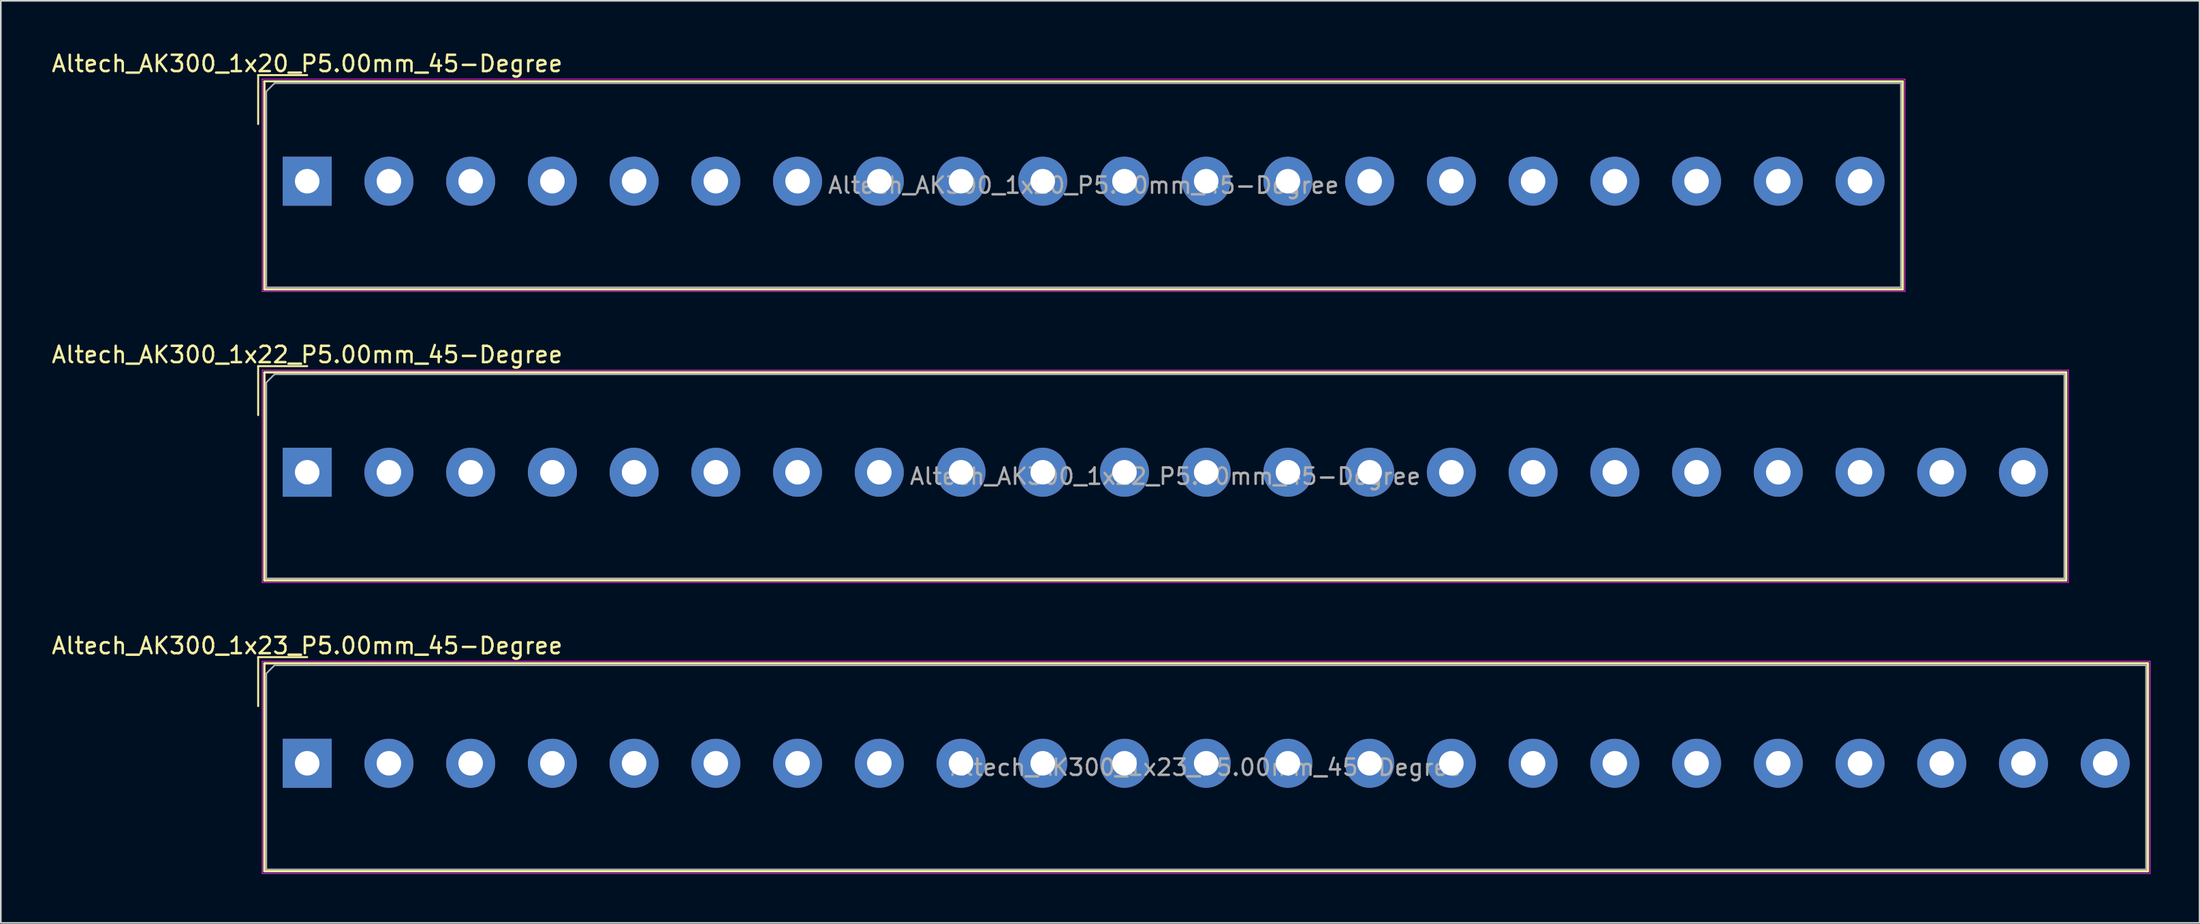
<source format=kicad_pcb>
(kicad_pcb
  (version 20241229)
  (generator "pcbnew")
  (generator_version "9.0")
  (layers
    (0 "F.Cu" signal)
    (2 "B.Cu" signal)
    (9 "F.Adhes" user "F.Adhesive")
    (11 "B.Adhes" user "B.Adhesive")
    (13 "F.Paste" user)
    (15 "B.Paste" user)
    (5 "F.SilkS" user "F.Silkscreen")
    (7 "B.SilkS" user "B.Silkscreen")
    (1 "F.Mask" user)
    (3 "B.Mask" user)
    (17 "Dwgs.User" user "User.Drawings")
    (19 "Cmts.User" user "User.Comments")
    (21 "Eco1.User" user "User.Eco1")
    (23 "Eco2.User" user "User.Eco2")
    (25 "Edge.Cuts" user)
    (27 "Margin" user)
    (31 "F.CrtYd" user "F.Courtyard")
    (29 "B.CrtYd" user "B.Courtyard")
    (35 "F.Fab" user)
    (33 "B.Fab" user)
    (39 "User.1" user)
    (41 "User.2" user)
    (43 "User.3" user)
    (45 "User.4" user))
  (footprint "Altech_AK300_1x22_P5.00mm_45-Degree"
    (layer "F.Cu")
    (at 15.744 25.872)
    (property "Reference" "Altech_AK300_1x22_P5.00mm_45-Degree" (at 0 -7.2 0) (layer "F.SilkS") (effects (font (size 1 1) (thickness 0.15))))
    (attr through_hole)
    (fp_line (start -3 -6.5) (end 0 -6.5) (stroke (width 0.12) (type solid)) (layer "F.SilkS"))
    (fp_line (start -3 -3.5) (end -3 -6.5) (stroke (width 0.12) (type solid)) (layer "F.SilkS"))
    (fp_line (start -2.62 -6.12) (end -2.62 6.62) (stroke (width 0.12) (type solid)) (layer "F.SilkS"))
    (fp_line (start -2.62 -6.12) (end -2.62 6.62) (stroke (width 0.12) (type solid)) (layer "F.SilkS"))
    (fp_line (start -2.62 -6.12) (end 107.62 -6.12) (stroke (width 0.12) (type solid)) (layer "F.SilkS"))
    (fp_line (start -2.62 -6.12) (end 107.62 -6.12) (stroke (width 0.12) (type solid)) (layer "F.SilkS"))
    (fp_line (start -2.62 6.62) (end 107.62 6.62) (stroke (width 0.12) (type solid)) (layer "F.SilkS"))
    (fp_line (start -2.62 6.62) (end 107.62 6.62) (stroke (width 0.12) (type solid)) (layer "F.SilkS"))
    (fp_line (start 107.62 -6.12) (end 107.62 6.62) (stroke (width 0.12) (type solid)) (layer "F.SilkS"))
    (fp_line (start 107.62 -6.12) (end 107.62 6.62) (stroke (width 0.12) (type solid)) (layer "F.SilkS"))
    (fp_line (start -2.75 -6.25) (end -2.75 6.75) (stroke (width 0.05) (type solid)) (layer "F.CrtYd"))
    (fp_line (start -2.75 -6.25) (end 107.75 -6.25) (stroke (width 0.05) (type solid)) (layer "F.CrtYd"))
    (fp_line (start -2.75 6.75) (end 107.75 6.75) (stroke (width 0.05) (type solid)) (layer "F.CrtYd"))
    (fp_line (start 107.75 -6.25) (end 107.75 6.75) (stroke (width 0.05) (type solid)) (layer "F.CrtYd"))
    (fp_line (start -2.5 -5.5) (end -2 -6) (stroke (width 0.1) (type solid)) (layer "F.Fab"))
    (fp_line (start -2.5 6.5) (end -2.5 -5.5) (stroke (width 0.1) (type solid)) (layer "F.Fab"))
    (fp_line (start -2 -6) (end 107.5 -6) (stroke (width 0.1) (type solid)) (layer "F.Fab"))
    (fp_line (start 107.5 -6) (end 107.5 6.5) (stroke (width 0.1) (type solid)) (layer "F.Fab"))
    (fp_line (start 107.5 6.5) (end -2.5 6.5) (stroke (width 0.1) (type solid)) (layer "F.Fab"))
    (fp_text user "${REFERENCE}" (at 52.5 0.25 0) (layer "F.Fab") (effects (font (size 1 1) (thickness 0.15))))
    (pad "1" thru_hole rect (at 0 0) (size 3 3) (drill 1.5) (layers "*.Cu" "*.Mask"))
    (pad "2" thru_hole circle (at 5 0) (size 3 3) (drill 1.5) (layers "*.Cu" "*.Mask"))
    (pad "3" thru_hole circle (at 10 0) (size 3 3) (drill 1.5) (layers "*.Cu" "*.Mask"))
    (pad "4" thru_hole circle (at 15 0) (size 3 3) (drill 1.5) (layers "*.Cu" "*.Mask"))
    (pad "5" thru_hole circle (at 20 0) (size 3 3) (drill 1.5) (layers "*.Cu" "*.Mask"))
    (pad "6" thru_hole circle (at 25 0) (size 3 3) (drill 1.5) (layers "*.Cu" "*.Mask"))
    (pad "7" thru_hole circle (at 30 0) (size 3 3) (drill 1.5) (layers "*.Cu" "*.Mask"))
    (pad "8" thru_hole circle (at 35 0) (size 3 3) (drill 1.5) (layers "*.Cu" "*.Mask"))
    (pad "9" thru_hole circle (at 40 0) (size 3 3) (drill 1.5) (layers "*.Cu" "*.Mask"))
    (pad "10" thru_hole circle (at 45 0) (size 3 3) (drill 1.5) (layers "*.Cu" "*.Mask"))
    (pad "11" thru_hole circle (at 50 0) (size 3 3) (drill 1.5) (layers "*.Cu" "*.Mask"))
    (pad "12" thru_hole circle (at 55 0) (size 3 3) (drill 1.5) (layers "*.Cu" "*.Mask"))
    (pad "13" thru_hole circle (at 60 0) (size 3 3) (drill 1.5) (layers "*.Cu" "*.Mask"))
    (pad "14" thru_hole circle (at 65 0) (size 3 3) (drill 1.5) (layers "*.Cu" "*.Mask"))
    (pad "15" thru_hole circle (at 70 0) (size 3 3) (drill 1.5) (layers "*.Cu" "*.Mask"))
    (pad "16" thru_hole circle (at 75 0) (size 3 3) (drill 1.5) (layers "*.Cu" "*.Mask"))
    (pad "17" thru_hole circle (at 80 0) (size 3 3) (drill 1.5) (layers "*.Cu" "*.Mask"))
    (pad "18" thru_hole circle (at 85 0) (size 3 3) (drill 1.5) (layers "*.Cu" "*.Mask"))
    (pad "19" thru_hole circle (at 90 0) (size 3 3) (drill 1.5) (layers "*.Cu" "*.Mask"))
    (pad "20" thru_hole circle (at 95 0) (size 3 3) (drill 1.5) (layers "*.Cu" "*.Mask"))
    (pad "21" thru_hole circle (at 100 0) (size 3 3) (drill 1.5) (layers "*.Cu" "*.Mask"))
    (pad "22" thru_hole circle (at 105 0) (size 3 3) (drill 1.5) (layers "*.Cu" "*.Mask")))
  (footprint "Altech_AK300_1x23_P5.00mm_45-Degree"
    (layer "F.Cu")
    (at 15.744 43.695)
    (property "Reference" "Altech_AK300_1x23_P5.00mm_45-Degree" (at 0 -7.2 0) (layer "F.SilkS") (effects (font (size 1 1) (thickness 0.15))))
    (attr through_hole)
    (fp_line (start -3 -6.5) (end 0 -6.5) (stroke (width 0.12) (type solid)) (layer "F.SilkS"))
    (fp_line (start -3 -3.5) (end -3 -6.5) (stroke (width 0.12) (type solid)) (layer "F.SilkS"))
    (fp_line (start -2.62 -6.12) (end -2.62 6.62) (stroke (width 0.12) (type solid)) (layer "F.SilkS"))
    (fp_line (start -2.62 -6.12) (end -2.62 6.62) (stroke (width 0.12) (type solid)) (layer "F.SilkS"))
    (fp_line (start -2.62 -6.12) (end 112.62 -6.12) (stroke (width 0.12) (type solid)) (layer "F.SilkS"))
    (fp_line (start -2.62 -6.12) (end 112.62 -6.12) (stroke (width 0.12) (type solid)) (layer "F.SilkS"))
    (fp_line (start -2.62 6.62) (end 112.62 6.62) (stroke (width 0.12) (type solid)) (layer "F.SilkS"))
    (fp_line (start -2.62 6.62) (end 112.62 6.62) (stroke (width 0.12) (type solid)) (layer "F.SilkS"))
    (fp_line (start 112.62 -6.12) (end 112.62 6.62) (stroke (width 0.12) (type solid)) (layer "F.SilkS"))
    (fp_line (start 112.62 -6.12) (end 112.62 6.62) (stroke (width 0.12) (type solid)) (layer "F.SilkS"))
    (fp_line (start -2.75 -6.25) (end -2.75 6.75) (stroke (width 0.05) (type solid)) (layer "F.CrtYd"))
    (fp_line (start -2.75 -6.25) (end 112.75 -6.25) (stroke (width 0.05) (type solid)) (layer "F.CrtYd"))
    (fp_line (start -2.75 6.75) (end 112.75 6.75) (stroke (width 0.05) (type solid)) (layer "F.CrtYd"))
    (fp_line (start 112.75 -6.25) (end 112.75 6.75) (stroke (width 0.05) (type solid)) (layer "F.CrtYd"))
    (fp_line (start -2.5 -5.5) (end -2 -6) (stroke (width 0.1) (type solid)) (layer "F.Fab"))
    (fp_line (start -2.5 6.5) (end -2.5 -5.5) (stroke (width 0.1) (type solid)) (layer "F.Fab"))
    (fp_line (start -2 -6) (end 112.5 -6) (stroke (width 0.1) (type solid)) (layer "F.Fab"))
    (fp_line (start 112.5 -6) (end 112.5 6.5) (stroke (width 0.1) (type solid)) (layer "F.Fab"))
    (fp_line (start 112.5 6.5) (end -2.5 6.5) (stroke (width 0.1) (type solid)) (layer "F.Fab"))
    (fp_text user "${REFERENCE}" (at 55 0.25 0) (layer "F.Fab") (effects (font (size 1 1) (thickness 0.15))))
    (pad "1" thru_hole rect (at 0 0) (size 3 3) (drill 1.5) (layers "*.Cu" "*.Mask"))
    (pad "2" thru_hole circle (at 5 0) (size 3 3) (drill 1.5) (layers "*.Cu" "*.Mask"))
    (pad "3" thru_hole circle (at 10 0) (size 3 3) (drill 1.5) (layers "*.Cu" "*.Mask"))
    (pad "4" thru_hole circle (at 15 0) (size 3 3) (drill 1.5) (layers "*.Cu" "*.Mask"))
    (pad "5" thru_hole circle (at 20 0) (size 3 3) (drill 1.5) (layers "*.Cu" "*.Mask"))
    (pad "6" thru_hole circle (at 25 0) (size 3 3) (drill 1.5) (layers "*.Cu" "*.Mask"))
    (pad "7" thru_hole circle (at 30 0) (size 3 3) (drill 1.5) (layers "*.Cu" "*.Mask"))
    (pad "8" thru_hole circle (at 35 0) (size 3 3) (drill 1.5) (layers "*.Cu" "*.Mask"))
    (pad "9" thru_hole circle (at 40 0) (size 3 3) (drill 1.5) (layers "*.Cu" "*.Mask"))
    (pad "10" thru_hole circle (at 45 0) (size 3 3) (drill 1.5) (layers "*.Cu" "*.Mask"))
    (pad "11" thru_hole circle (at 50 0) (size 3 3) (drill 1.5) (layers "*.Cu" "*.Mask"))
    (pad "12" thru_hole circle (at 55 0) (size 3 3) (drill 1.5) (layers "*.Cu" "*.Mask"))
    (pad "13" thru_hole circle (at 60 0) (size 3 3) (drill 1.5) (layers "*.Cu" "*.Mask"))
    (pad "14" thru_hole circle (at 65 0) (size 3 3) (drill 1.5) (layers "*.Cu" "*.Mask"))
    (pad "15" thru_hole circle (at 70 0) (size 3 3) (drill 1.5) (layers "*.Cu" "*.Mask"))
    (pad "16" thru_hole circle (at 75 0) (size 3 3) (drill 1.5) (layers "*.Cu" "*.Mask"))
    (pad "17" thru_hole circle (at 80 0) (size 3 3) (drill 1.5) (layers "*.Cu" "*.Mask"))
    (pad "18" thru_hole circle (at 85 0) (size 3 3) (drill 1.5) (layers "*.Cu" "*.Mask"))
    (pad "19" thru_hole circle (at 90 0) (size 3 3) (drill 1.5) (layers "*.Cu" "*.Mask"))
    (pad "20" thru_hole circle (at 95 0) (size 3 3) (drill 1.5) (layers "*.Cu" "*.Mask"))
    (pad "21" thru_hole circle (at 100 0) (size 3 3) (drill 1.5) (layers "*.Cu" "*.Mask"))
    (pad "22" thru_hole circle (at 105 0) (size 3 3) (drill 1.5) (layers "*.Cu" "*.Mask"))
    (pad "23" thru_hole circle (at 110 0) (size 3 3) (drill 1.5) (layers "*.Cu" "*.Mask")))
  (footprint "Altech_AK300_1x20_P5.00mm_45-Degree"
    (layer "F.Cu")
    (at 15.744 8.048)
    (property "Reference" "Altech_AK300_1x20_P5.00mm_45-Degree" (at 0 -7.2 0) (layer "F.SilkS") (effects (font (size 1 1) (thickness 0.15))))
    (attr through_hole)
    (fp_line (start -3 -6.5) (end 0 -6.5) (stroke (width 0.12) (type solid)) (layer "F.SilkS"))
    (fp_line (start -3 -3.5) (end -3 -6.5) (stroke (width 0.12) (type solid)) (layer "F.SilkS"))
    (fp_line (start -2.62 -6.12) (end -2.62 6.62) (stroke (width 0.12) (type solid)) (layer "F.SilkS"))
    (fp_line (start -2.62 -6.12) (end -2.62 6.62) (stroke (width 0.12) (type solid)) (layer "F.SilkS"))
    (fp_line (start -2.62 -6.12) (end 97.62 -6.12) (stroke (width 0.12) (type solid)) (layer "F.SilkS"))
    (fp_line (start -2.62 -6.12) (end 97.62 -6.12) (stroke (width 0.12) (type solid)) (layer "F.SilkS"))
    (fp_line (start -2.62 6.62) (end 97.62 6.62) (stroke (width 0.12) (type solid)) (layer "F.SilkS"))
    (fp_line (start -2.62 6.62) (end 97.62 6.62) (stroke (width 0.12) (type solid)) (layer "F.SilkS"))
    (fp_line (start 97.62 -6.12) (end 97.62 6.62) (stroke (width 0.12) (type solid)) (layer "F.SilkS"))
    (fp_line (start 97.62 -6.12) (end 97.62 6.62) (stroke (width 0.12) (type solid)) (layer "F.SilkS"))
    (fp_line (start -2.75 -6.25) (end -2.75 6.75) (stroke (width 0.05) (type solid)) (layer "F.CrtYd"))
    (fp_line (start -2.75 -6.25) (end 97.75 -6.25) (stroke (width 0.05) (type solid)) (layer "F.CrtYd"))
    (fp_line (start -2.75 6.75) (end 97.75 6.75) (stroke (width 0.05) (type solid)) (layer "F.CrtYd"))
    (fp_line (start 97.75 -6.25) (end 97.75 6.75) (stroke (width 0.05) (type solid)) (layer "F.CrtYd"))
    (fp_line (start -2.5 -5.5) (end -2 -6) (stroke (width 0.1) (type solid)) (layer "F.Fab"))
    (fp_line (start -2.5 6.5) (end -2.5 -5.5) (stroke (width 0.1) (type solid)) (layer "F.Fab"))
    (fp_line (start -2 -6) (end 97.5 -6) (stroke (width 0.1) (type solid)) (layer "F.Fab"))
    (fp_line (start 97.5 -6) (end 97.5 6.5) (stroke (width 0.1) (type solid)) (layer "F.Fab"))
    (fp_line (start 97.5 6.5) (end -2.5 6.5) (stroke (width 0.1) (type solid)) (layer "F.Fab"))
    (fp_text user "${REFERENCE}" (at 47.5 0.25 0) (layer "F.Fab") (effects (font (size 1 1) (thickness 0.15))))
    (pad "1" thru_hole rect (at 0 0) (size 3 3) (drill 1.5) (layers "*.Cu" "*.Mask"))
    (pad "2" thru_hole circle (at 5 0) (size 3 3) (drill 1.5) (layers "*.Cu" "*.Mask"))
    (pad "3" thru_hole circle (at 10 0) (size 3 3) (drill 1.5) (layers "*.Cu" "*.Mask"))
    (pad "4" thru_hole circle (at 15 0) (size 3 3) (drill 1.5) (layers "*.Cu" "*.Mask"))
    (pad "5" thru_hole circle (at 20 0) (size 3 3) (drill 1.5) (layers "*.Cu" "*.Mask"))
    (pad "6" thru_hole circle (at 25 0) (size 3 3) (drill 1.5) (layers "*.Cu" "*.Mask"))
    (pad "7" thru_hole circle (at 30 0) (size 3 3) (drill 1.5) (layers "*.Cu" "*.Mask"))
    (pad "8" thru_hole circle (at 35 0) (size 3 3) (drill 1.5) (layers "*.Cu" "*.Mask"))
    (pad "9" thru_hole circle (at 40 0) (size 3 3) (drill 1.5) (layers "*.Cu" "*.Mask"))
    (pad "10" thru_hole circle (at 45 0) (size 3 3) (drill 1.5) (layers "*.Cu" "*.Mask"))
    (pad "11" thru_hole circle (at 50 0) (size 3 3) (drill 1.5) (layers "*.Cu" "*.Mask"))
    (pad "12" thru_hole circle (at 55 0) (size 3 3) (drill 1.5) (layers "*.Cu" "*.Mask"))
    (pad "13" thru_hole circle (at 60 0) (size 3 3) (drill 1.5) (layers "*.Cu" "*.Mask"))
    (pad "14" thru_hole circle (at 65 0) (size 3 3) (drill 1.5) (layers "*.Cu" "*.Mask"))
    (pad "15" thru_hole circle (at 70 0) (size 3 3) (drill 1.5) (layers "*.Cu" "*.Mask"))
    (pad "16" thru_hole circle (at 75 0) (size 3 3) (drill 1.5) (layers "*.Cu" "*.Mask"))
    (pad "17" thru_hole circle (at 80 0) (size 3 3) (drill 1.5) (layers "*.Cu" "*.Mask"))
    (pad "18" thru_hole circle (at 85 0) (size 3 3) (drill 1.5) (layers "*.Cu" "*.Mask"))
    (pad "19" thru_hole circle (at 90 0) (size 3 3) (drill 1.5) (layers "*.Cu" "*.Mask"))
    (pad "20" thru_hole circle (at 95 0) (size 3 3) (drill 1.5) (layers "*.Cu" "*.Mask")))
  (gr_rect
    (start -3 -3)
    (end 131.519 53.47)
    (stroke (width 0.1) (type default))
    (fill no)
    (layer "Edge.Cuts")))
</source>
